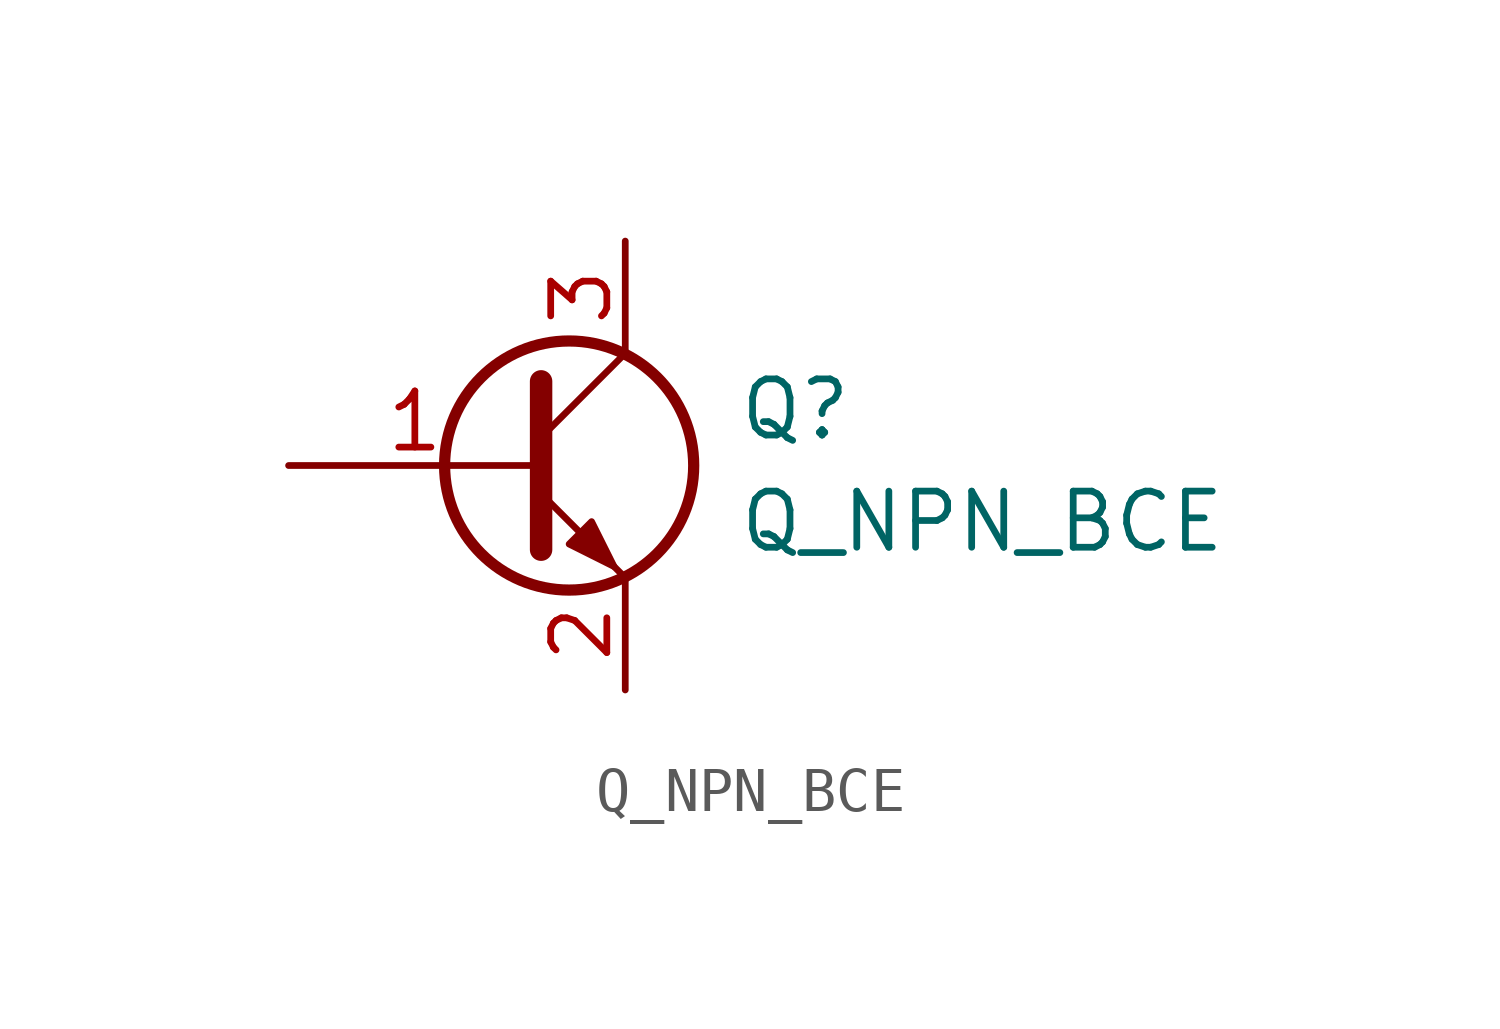
<source format=kicad_sym>
(kicad_symbol_lib
  (version 20201005)
  (generator kicad_symbol_editor)
  (symbol "Device:Q_NPN_BCE"
    (pin_names
      (offset 0) hide)
    (property "Reference" "Q"
      (at 5.08 1.27 0)
      (effects (font (size 1.27 1.27)) (justify left)))
    (property "Value" "Q_NPN_BCE"
      (at 5.08 -1.27 0)
      (effects (font (size 1.27 1.27)) (justify left)))
    (symbol "Q_NPN_BCE_0_1"
      (circle (center 1.27 0) (radius 2.819) (stroke (width 0.254)) (fill (type none)))
      (polyline (pts (xy 0.635 0.635) (xy 2.54 2.54)) (stroke (width 0)) (fill (type none)))
      (polyline (pts (xy 0.635 -0.635) (xy 2.54 -2.54) (xy 2.54 -2.54)) (stroke (width 0)) (fill (type none)))
      (polyline (pts (xy 0.635 1.905) (xy 0.635 -1.905) (xy 0.635 -1.905)) (stroke (width 0.508)) (fill (type none)))
      (polyline (pts (xy 1.27 -1.778) (xy 1.778 -1.27) (xy 2.286 -2.286) (xy 1.27 -1.778) (xy 1.27 -1.778)) (stroke (width 0)) (fill (type outline))))
    (symbol "Q_NPN_BCE_1_1"
      (pin input line (at -5.08 0 0) (length 5.715) (name "B" (effects (font (size 1.27 1.27)))) (number "1" (effects (font (size 1.27 1.27)))))
      (pin passive line (at 2.54 -5.08 90) (length 2.54) (name "E" (effects (font (size 1.27 1.27)))) (number "2" (effects (font (size 1.27 1.27)))))
      (pin passive line (at 2.54 5.08 270) (length 2.54) (name "C" (effects (font (size 1.27 1.27)))) (number "3" (effects (font (size 1.27 1.27))))))))
</source>
